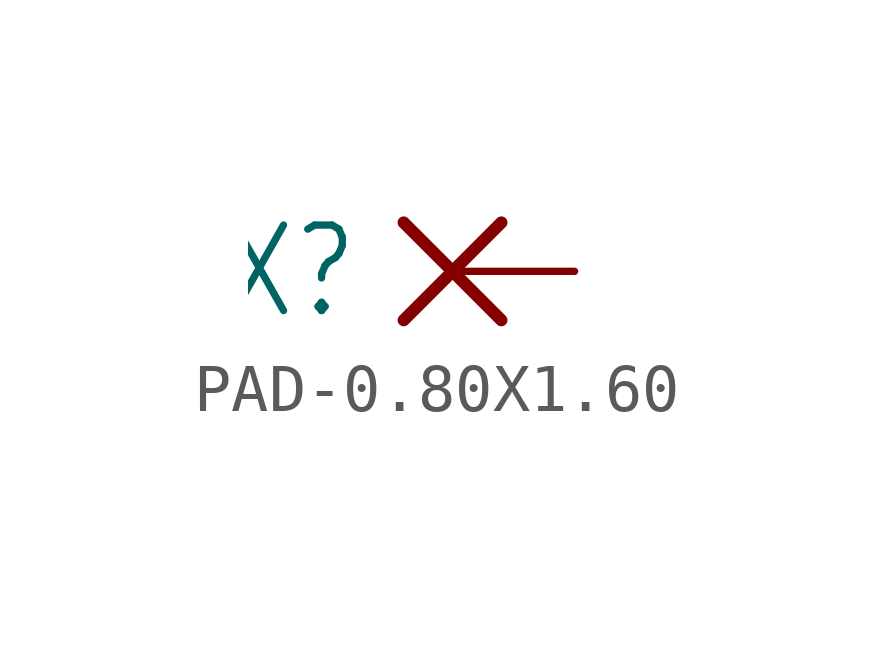
<source format=kicad_sym>
(kicad_symbol_lib
  (version 20211014)
  (generator kicad_symbol_editor)
  (symbol "PAD-0.80X1.60"
    (property "Reference" "X"
      (at -1.905 0 0)
      (effects (font (size 1.778 1.511)) (justify right)))
    (property "ki_locked" ""
      (at 0 0 0)
      (effects (font (size 1.27 1.27))))
    (symbol "PAD-0.80X1.60_1_0"
      (polyline (pts (xy -1.016 -1.016) (xy 1.016 1.016)) (stroke (width 0.254) (type default) (color 0 0 0 0)) (fill (type none)))
      (polyline (pts (xy -1.016 1.016) (xy 1.016 -1.016)) (stroke (width 0.254) (type default) (color 0 0 0 0)) (fill (type none)))
      (pin passive line (at 2.54 0 180) (length 2.54) (name "P" (effects (font (size 0 0)))) (number "1" (effects (font (size 0 0))))))))
</source>
